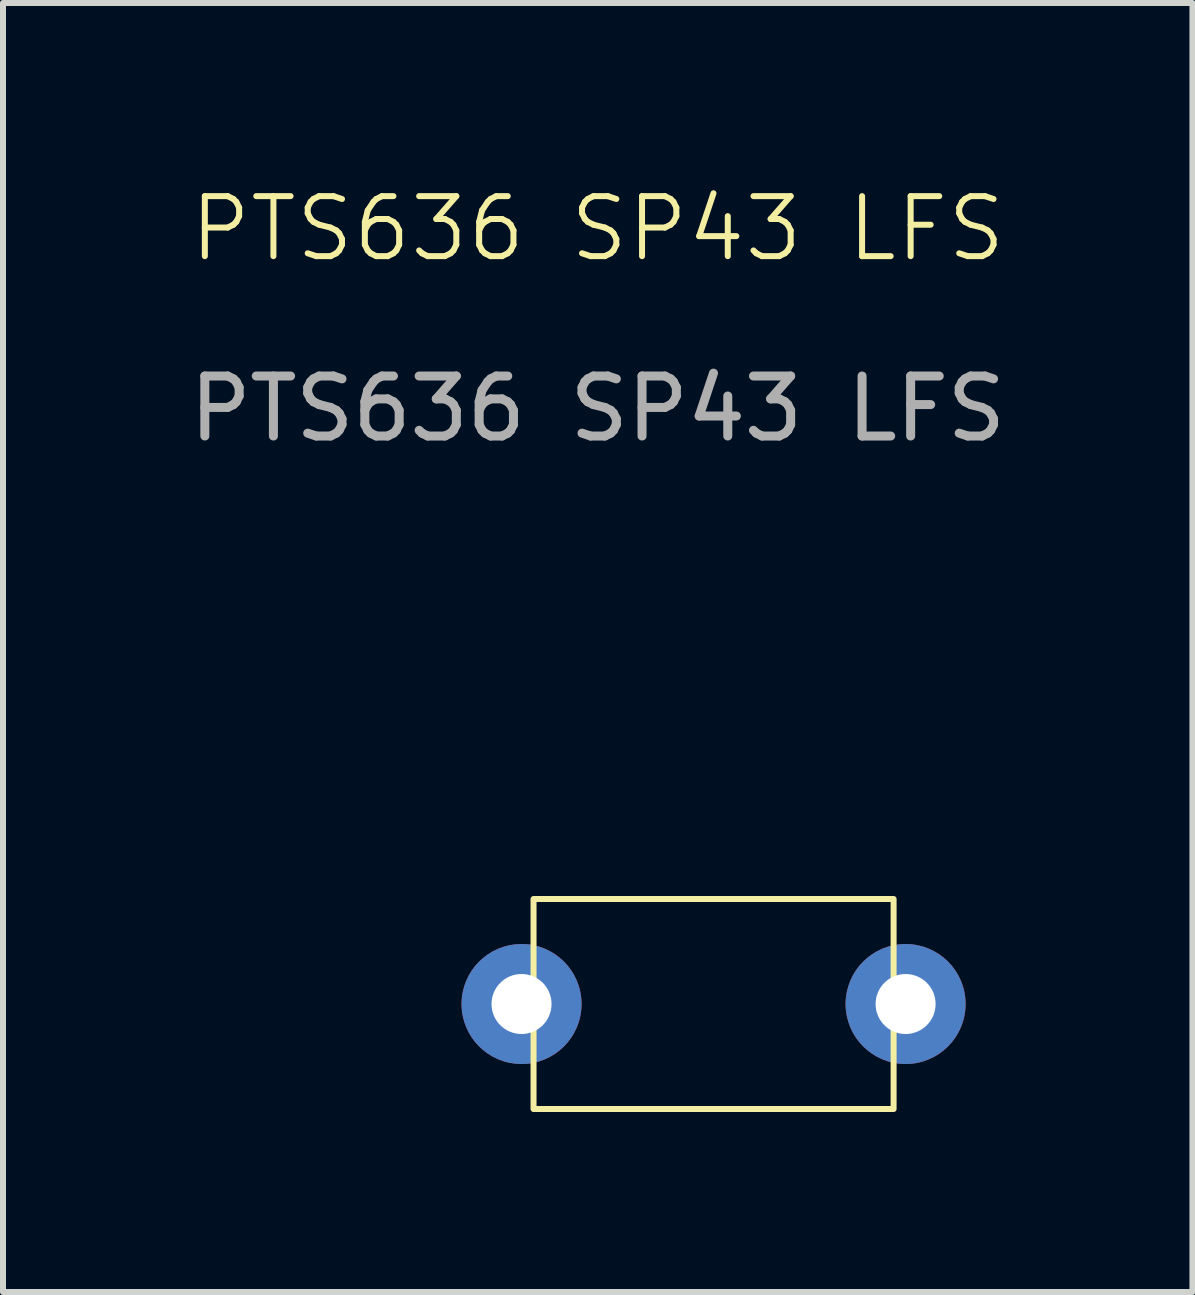
<source format=kicad_pcb>
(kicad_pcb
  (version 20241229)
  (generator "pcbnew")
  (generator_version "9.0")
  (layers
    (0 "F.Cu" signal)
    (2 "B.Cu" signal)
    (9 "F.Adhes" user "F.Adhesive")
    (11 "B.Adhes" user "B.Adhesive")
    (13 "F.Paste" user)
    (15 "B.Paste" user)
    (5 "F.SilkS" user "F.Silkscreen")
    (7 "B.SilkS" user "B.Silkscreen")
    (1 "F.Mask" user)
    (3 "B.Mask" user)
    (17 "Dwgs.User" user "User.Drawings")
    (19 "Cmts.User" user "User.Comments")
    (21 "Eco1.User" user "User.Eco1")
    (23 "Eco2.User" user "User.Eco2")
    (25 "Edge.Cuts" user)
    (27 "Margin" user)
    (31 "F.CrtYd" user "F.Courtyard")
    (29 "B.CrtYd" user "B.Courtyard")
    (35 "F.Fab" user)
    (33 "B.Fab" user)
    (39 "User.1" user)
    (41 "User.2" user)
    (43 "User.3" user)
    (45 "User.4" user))
  (footprint "PTS636 SP43 LFS"
    (layer "F.Cu")
    (at 8.841 13.681)
    (property "Reference" "PTS636 SP43 LFS" (at -1.93 -12.92 0) (unlocked yes) (layer "F.SilkS") (effects (font (size 1 1) (thickness 0.1))))
    (attr through_hole)
    (fp_rect (start -3 -1.75) (end 3 1.75) (stroke (width 0.1) (type default)) (fill no) (layer "F.SilkS"))
    (fp_text user "${REFERENCE}" (at -1.93 -9.92 0) (unlocked yes) (layer "F.Fab") (effects (font (size 1 1) (thickness 0.15))))
    (pad "1" thru_hole circle (at -3.2 0) (size 2 2) (drill 1) (layers "*.Cu" "*.Mask"))
    (pad "2" thru_hole circle (at 3.2 0) (size 2 2) (drill 1) (layers "*.Cu" "*.Mask")))
  (gr_rect
    (start -3 -3)
    (end 16.821 18.48)
    (stroke (width 0.1) (type default))
    (fill no)
    (layer "Edge.Cuts")))
</source>
